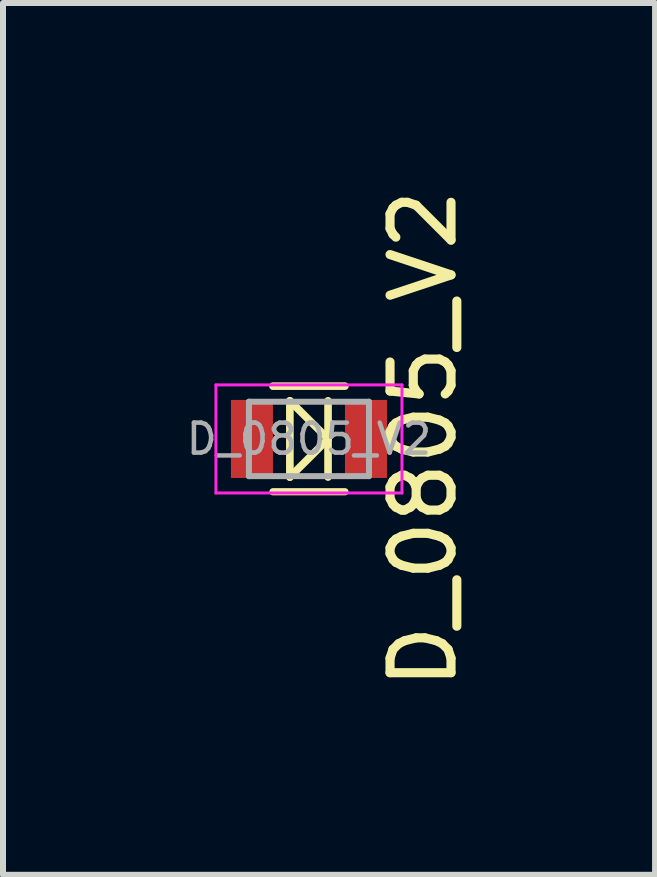
<source format=kicad_pcb>
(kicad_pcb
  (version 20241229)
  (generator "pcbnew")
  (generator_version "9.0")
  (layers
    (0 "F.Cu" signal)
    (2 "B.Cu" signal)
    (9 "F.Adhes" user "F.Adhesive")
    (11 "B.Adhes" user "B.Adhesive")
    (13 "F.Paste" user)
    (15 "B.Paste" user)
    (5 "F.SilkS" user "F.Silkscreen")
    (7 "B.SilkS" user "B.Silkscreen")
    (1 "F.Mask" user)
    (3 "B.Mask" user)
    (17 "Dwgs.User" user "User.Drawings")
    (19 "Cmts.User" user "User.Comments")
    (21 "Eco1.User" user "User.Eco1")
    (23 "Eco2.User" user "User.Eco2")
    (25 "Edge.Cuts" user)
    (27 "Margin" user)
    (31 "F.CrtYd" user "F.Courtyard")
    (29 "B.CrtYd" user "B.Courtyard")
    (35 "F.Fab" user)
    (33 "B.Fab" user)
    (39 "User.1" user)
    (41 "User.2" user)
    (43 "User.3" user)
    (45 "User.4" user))
  (footprint "D_0805_V2"
    (layer "F.Cu")
    (at 2.098 4.264)
    (property "Reference" "D_0805_V2" (at 1.905 0 90) (layer "F.SilkS") (effects (font (size 1.016 1.016) (thickness 0.152))))
    (attr smd)
    (fp_line (start -0.6 -0.88) (end 0.6 -0.88) (stroke (width 0.127) (type solid)) (layer "F.SilkS"))
    (fp_line (start -0.318 -0.635) (end -0.318 0.635) (stroke (width 0.127) (type solid)) (layer "F.SilkS"))
    (fp_line (start -0.318 0.635) (end 0.318 0) (stroke (width 0.127) (type solid)) (layer "F.SilkS"))
    (fp_line (start 0.318 -0.635) (end 0.318 0.635) (stroke (width 0.127) (type solid)) (layer "F.SilkS"))
    (fp_line (start 0.318 0) (end -0.318 -0.635) (stroke (width 0.127) (type solid)) (layer "F.SilkS"))
    (fp_line (start 0.6 0.88) (end -0.6 0.88) (stroke (width 0.12) (type solid)) (layer "F.SilkS"))
    (fp_line (start -1.55 -0.9) (end -1.55 0.9) (stroke (width 0.05) (type solid)) (layer "F.CrtYd"))
    (fp_line (start -1.55 -0.9) (end 1.55 -0.9) (stroke (width 0.05) (type solid)) (layer "F.CrtYd"))
    (fp_line (start 1.55 0.9) (end -1.55 0.9) (stroke (width 0.05) (type solid)) (layer "F.CrtYd"))
    (fp_line (start 1.55 0.9) (end 1.55 -0.9) (stroke (width 0.05) (type solid)) (layer "F.CrtYd"))
    (fp_line (start -1 -0.62) (end 1 -0.62) (stroke (width 0.1) (type solid)) (layer "F.Fab"))
    (fp_line (start -1 0.62) (end -1 -0.62) (stroke (width 0.1) (type solid)) (layer "F.Fab"))
    (fp_line (start 1 -0.62) (end 1 0.62) (stroke (width 0.1) (type solid)) (layer "F.Fab"))
    (fp_line (start 1 0.62) (end -1 0.62) (stroke (width 0.1) (type solid)) (layer "F.Fab"))
    (fp_text user "${REFERENCE}" (at 0 0 0) (layer "F.Fab") (effects (font (size 0.5 0.5) (thickness 0.075))))
    (pad "1" smd rect (at -0.95 0) (size 0.7 1.3) (layers "F.Cu" "F.Mask" "F.Paste"))
    (pad "2" smd rect (at 0.95 0) (size 0.7 1.3) (layers "F.Cu" "F.Mask" "F.Paste")))
  (gr_rect
    (start -3 -3)
    (end 7.865 11.527)
    (stroke (width 0.1) (type default))
    (fill no)
    (layer "Edge.Cuts")))
</source>
